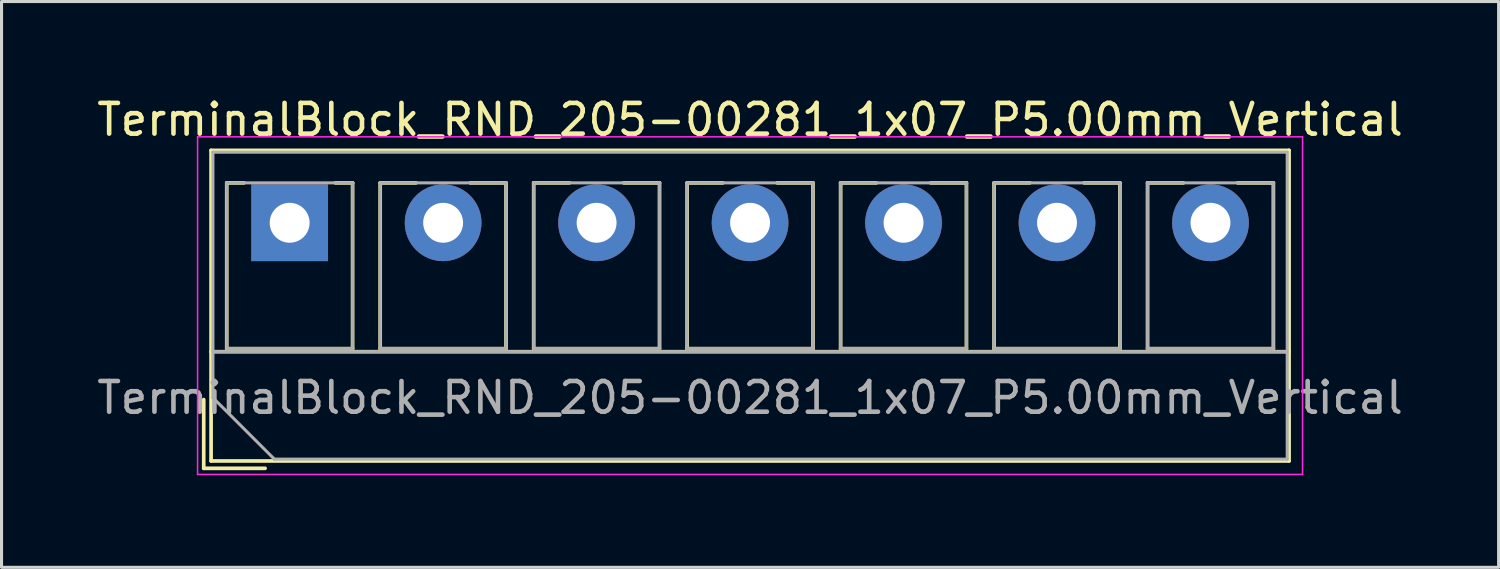
<source format=kicad_pcb>
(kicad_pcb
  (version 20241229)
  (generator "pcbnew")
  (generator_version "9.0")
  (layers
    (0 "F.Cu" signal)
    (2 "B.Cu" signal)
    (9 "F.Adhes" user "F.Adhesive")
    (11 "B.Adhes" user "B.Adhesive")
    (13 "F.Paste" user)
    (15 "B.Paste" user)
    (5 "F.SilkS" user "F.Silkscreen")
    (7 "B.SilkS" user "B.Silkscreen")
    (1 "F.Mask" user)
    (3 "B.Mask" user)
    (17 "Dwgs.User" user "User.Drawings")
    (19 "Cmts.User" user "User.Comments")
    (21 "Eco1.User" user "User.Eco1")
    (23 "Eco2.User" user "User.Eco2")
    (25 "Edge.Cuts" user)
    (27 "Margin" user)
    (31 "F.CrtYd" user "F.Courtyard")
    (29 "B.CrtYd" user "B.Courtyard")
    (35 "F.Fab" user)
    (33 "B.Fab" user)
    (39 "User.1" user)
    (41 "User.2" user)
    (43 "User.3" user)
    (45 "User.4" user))
  (footprint "TerminalBlock_RND_205-00281_1x07_P5.00mm_Vertical"
    (layer "F.Cu")
    (at 6.387 4.208)
    (property "Reference" "TerminalBlock_RND_205-00281_1x07_P5.00mm_Vertical" (at 15 -3.36 0) (layer "F.SilkS") (effects (font (size 1 1) (thickness 0.15))))
    (attr through_hole)
    (fp_line (start -2.8 5.76) (end -2.8 8) (stroke (width 0.12) (type solid)) (layer "F.SilkS"))
    (fp_line (start -2.8 8) (end -0.8 8) (stroke (width 0.12) (type solid)) (layer "F.SilkS"))
    (fp_line (start -2.56 -2.36) (end -2.56 7.76) (stroke (width 0.12) (type solid)) (layer "F.SilkS"))
    (fp_line (start -2.56 -2.36) (end 32.56 -2.36) (stroke (width 0.12) (type solid)) (layer "F.SilkS"))
    (fp_line (start -2.56 4.2) (end 32.56 4.2) (stroke (width 0.12) (type solid)) (layer "F.SilkS"))
    (fp_line (start -2.56 7.76) (end 32.56 7.76) (stroke (width 0.12) (type solid)) (layer "F.SilkS"))
    (fp_line (start -2.05 -1.3) (end -2.05 4.1) (stroke (width 0.12) (type solid)) (layer "F.SilkS"))
    (fp_line (start -2.05 -1.3) (end -1.49 -1.3) (stroke (width 0.12) (type solid)) (layer "F.SilkS"))
    (fp_line (start -2.05 4.1) (end 2.05 4.1) (stroke (width 0.12) (type solid)) (layer "F.SilkS"))
    (fp_line (start 1.49 -1.3) (end 2.05 -1.3) (stroke (width 0.12) (type solid)) (layer "F.SilkS"))
    (fp_line (start 2.05 -1.3) (end 2.05 4.1) (stroke (width 0.12) (type solid)) (layer "F.SilkS"))
    (fp_line (start 2.95 -1.3) (end 2.95 4.1) (stroke (width 0.12) (type solid)) (layer "F.SilkS"))
    (fp_line (start 2.95 -1.3) (end 4.117 -1.3) (stroke (width 0.12) (type solid)) (layer "F.SilkS"))
    (fp_line (start 2.95 4.1) (end 7.05 4.1) (stroke (width 0.12) (type solid)) (layer "F.SilkS"))
    (fp_line (start 5.884 -1.3) (end 7.05 -1.3) (stroke (width 0.12) (type solid)) (layer "F.SilkS"))
    (fp_line (start 7.05 -1.3) (end 7.05 4.1) (stroke (width 0.12) (type solid)) (layer "F.SilkS"))
    (fp_line (start 7.95 -1.3) (end 7.95 4.1) (stroke (width 0.12) (type solid)) (layer "F.SilkS"))
    (fp_line (start 7.95 -1.3) (end 9.117 -1.3) (stroke (width 0.12) (type solid)) (layer "F.SilkS"))
    (fp_line (start 7.95 4.1) (end 12.05 4.1) (stroke (width 0.12) (type solid)) (layer "F.SilkS"))
    (fp_line (start 10.884 -1.3) (end 12.05 -1.3) (stroke (width 0.12) (type solid)) (layer "F.SilkS"))
    (fp_line (start 12.05 -1.3) (end 12.05 4.1) (stroke (width 0.12) (type solid)) (layer "F.SilkS"))
    (fp_line (start 12.95 -1.3) (end 12.95 4.1) (stroke (width 0.12) (type solid)) (layer "F.SilkS"))
    (fp_line (start 12.95 -1.3) (end 14.117 -1.3) (stroke (width 0.12) (type solid)) (layer "F.SilkS"))
    (fp_line (start 12.95 4.1) (end 17.05 4.1) (stroke (width 0.12) (type solid)) (layer "F.SilkS"))
    (fp_line (start 15.884 -1.3) (end 17.05 -1.3) (stroke (width 0.12) (type solid)) (layer "F.SilkS"))
    (fp_line (start 17.05 -1.3) (end 17.05 4.1) (stroke (width 0.12) (type solid)) (layer "F.SilkS"))
    (fp_line (start 17.95 -1.3) (end 17.95 4.1) (stroke (width 0.12) (type solid)) (layer "F.SilkS"))
    (fp_line (start 17.95 -1.3) (end 19.117 -1.3) (stroke (width 0.12) (type solid)) (layer "F.SilkS"))
    (fp_line (start 17.95 4.1) (end 22.05 4.1) (stroke (width 0.12) (type solid)) (layer "F.SilkS"))
    (fp_line (start 20.884 -1.3) (end 22.05 -1.3) (stroke (width 0.12) (type solid)) (layer "F.SilkS"))
    (fp_line (start 22.05 -1.3) (end 22.05 4.1) (stroke (width 0.12) (type solid)) (layer "F.SilkS"))
    (fp_line (start 22.95 -1.3) (end 22.95 4.1) (stroke (width 0.12) (type solid)) (layer "F.SilkS"))
    (fp_line (start 22.95 -1.3) (end 24.117 -1.3) (stroke (width 0.12) (type solid)) (layer "F.SilkS"))
    (fp_line (start 22.95 4.1) (end 27.05 4.1) (stroke (width 0.12) (type solid)) (layer "F.SilkS"))
    (fp_line (start 25.884 -1.3) (end 27.05 -1.3) (stroke (width 0.12) (type solid)) (layer "F.SilkS"))
    (fp_line (start 27.05 -1.3) (end 27.05 4.1) (stroke (width 0.12) (type solid)) (layer "F.SilkS"))
    (fp_line (start 27.95 -1.3) (end 27.95 4.1) (stroke (width 0.12) (type solid)) (layer "F.SilkS"))
    (fp_line (start 27.95 -1.3) (end 29.117 -1.3) (stroke (width 0.12) (type solid)) (layer "F.SilkS"))
    (fp_line (start 27.95 4.1) (end 32.05 4.1) (stroke (width 0.12) (type solid)) (layer "F.SilkS"))
    (fp_line (start 30.884 -1.3) (end 32.05 -1.3) (stroke (width 0.12) (type solid)) (layer "F.SilkS"))
    (fp_line (start 32.05 -1.3) (end 32.05 4.1) (stroke (width 0.12) (type solid)) (layer "F.SilkS"))
    (fp_line (start 32.56 -2.36) (end 32.56 7.76) (stroke (width 0.12) (type solid)) (layer "F.SilkS"))
    (fp_line (start -3 -2.8) (end -3 8.2) (stroke (width 0.05) (type solid)) (layer "F.CrtYd"))
    (fp_line (start -3 8.2) (end 33 8.2) (stroke (width 0.05) (type solid)) (layer "F.CrtYd"))
    (fp_line (start 33 -2.8) (end -3 -2.8) (stroke (width 0.05) (type solid)) (layer "F.CrtYd"))
    (fp_line (start 33 8.2) (end 33 -2.8) (stroke (width 0.05) (type solid)) (layer "F.CrtYd"))
    (fp_line (start -2.5 -2.3) (end 32.5 -2.3) (stroke (width 0.1) (type solid)) (layer "F.Fab"))
    (fp_line (start -2.5 4.2) (end 32.5 4.2) (stroke (width 0.1) (type solid)) (layer "F.Fab"))
    (fp_line (start -2.5 5.7) (end -2.5 -2.3) (stroke (width 0.1) (type solid)) (layer "F.Fab"))
    (fp_line (start -2.05 -1.3) (end -2.05 4.1) (stroke (width 0.1) (type solid)) (layer "F.Fab"))
    (fp_line (start -2.05 4.1) (end 2.05 4.1) (stroke (width 0.1) (type solid)) (layer "F.Fab"))
    (fp_line (start -0.5 7.7) (end -2.5 5.7) (stroke (width 0.1) (type solid)) (layer "F.Fab"))
    (fp_line (start 2.05 -1.3) (end -2.05 -1.3) (stroke (width 0.1) (type solid)) (layer "F.Fab"))
    (fp_line (start 2.05 4.1) (end 2.05 -1.3) (stroke (width 0.1) (type solid)) (layer "F.Fab"))
    (fp_line (start 2.95 -1.3) (end 2.95 4.1) (stroke (width 0.1) (type solid)) (layer "F.Fab"))
    (fp_line (start 2.95 4.1) (end 7.05 4.1) (stroke (width 0.1) (type solid)) (layer "F.Fab"))
    (fp_line (start 7.05 -1.3) (end 2.95 -1.3) (stroke (width 0.1) (type solid)) (layer "F.Fab"))
    (fp_line (start 7.05 4.1) (end 7.05 -1.3) (stroke (width 0.1) (type solid)) (layer "F.Fab"))
    (fp_line (start 7.95 -1.3) (end 7.95 4.1) (stroke (width 0.1) (type solid)) (layer "F.Fab"))
    (fp_line (start 7.95 4.1) (end 12.05 4.1) (stroke (width 0.1) (type solid)) (layer "F.Fab"))
    (fp_line (start 12.05 -1.3) (end 7.95 -1.3) (stroke (width 0.1) (type solid)) (layer "F.Fab"))
    (fp_line (start 12.05 4.1) (end 12.05 -1.3) (stroke (width 0.1) (type solid)) (layer "F.Fab"))
    (fp_line (start 12.95 -1.3) (end 12.95 4.1) (stroke (width 0.1) (type solid)) (layer "F.Fab"))
    (fp_line (start 12.95 4.1) (end 17.05 4.1) (stroke (width 0.1) (type solid)) (layer "F.Fab"))
    (fp_line (start 17.05 -1.3) (end 12.95 -1.3) (stroke (width 0.1) (type solid)) (layer "F.Fab"))
    (fp_line (start 17.05 4.1) (end 17.05 -1.3) (stroke (width 0.1) (type solid)) (layer "F.Fab"))
    (fp_line (start 17.95 -1.3) (end 17.95 4.1) (stroke (width 0.1) (type solid)) (layer "F.Fab"))
    (fp_line (start 17.95 4.1) (end 22.05 4.1) (stroke (width 0.1) (type solid)) (layer "F.Fab"))
    (fp_line (start 22.05 -1.3) (end 17.95 -1.3) (stroke (width 0.1) (type solid)) (layer "F.Fab"))
    (fp_line (start 22.05 4.1) (end 22.05 -1.3) (stroke (width 0.1) (type solid)) (layer "F.Fab"))
    (fp_line (start 22.95 -1.3) (end 22.95 4.1) (stroke (width 0.1) (type solid)) (layer "F.Fab"))
    (fp_line (start 22.95 4.1) (end 27.05 4.1) (stroke (width 0.1) (type solid)) (layer "F.Fab"))
    (fp_line (start 27.05 -1.3) (end 22.95 -1.3) (stroke (width 0.1) (type solid)) (layer "F.Fab"))
    (fp_line (start 27.05 4.1) (end 27.05 -1.3) (stroke (width 0.1) (type solid)) (layer "F.Fab"))
    (fp_line (start 27.95 -1.3) (end 27.95 4.1) (stroke (width 0.1) (type solid)) (layer "F.Fab"))
    (fp_line (start 27.95 4.1) (end 32.05 4.1) (stroke (width 0.1) (type solid)) (layer "F.Fab"))
    (fp_line (start 32.05 -1.3) (end 27.95 -1.3) (stroke (width 0.1) (type solid)) (layer "F.Fab"))
    (fp_line (start 32.05 4.1) (end 32.05 -1.3) (stroke (width 0.1) (type solid)) (layer "F.Fab"))
    (fp_line (start 32.5 -2.3) (end 32.5 7.7) (stroke (width 0.1) (type solid)) (layer "F.Fab"))
    (fp_line (start 32.5 7.7) (end -0.5 7.7) (stroke (width 0.1) (type solid)) (layer "F.Fab"))
    (fp_text user "${REFERENCE}" (at 15 5.7 0) (layer "F.Fab") (effects (font (size 1 1) (thickness 0.15))))
    (pad "1" thru_hole rect (at 0 0) (size 2.5 2.5) (drill 1.3) (layers "*.Cu" "*.Mask"))
    (pad "2" thru_hole circle (at 5 0) (size 2.5 2.5) (drill 1.3) (layers "*.Cu" "*.Mask"))
    (pad "3" thru_hole circle (at 10 0) (size 2.5 2.5) (drill 1.3) (layers "*.Cu" "*.Mask"))
    (pad "4" thru_hole circle (at 15 0) (size 2.5 2.5) (drill 1.3) (layers "*.Cu" "*.Mask"))
    (pad "5" thru_hole circle (at 20 0) (size 2.5 2.5) (drill 1.3) (layers "*.Cu" "*.Mask"))
    (pad "6" thru_hole circle (at 25 0) (size 2.5 2.5) (drill 1.3) (layers "*.Cu" "*.Mask"))
    (pad "7" thru_hole circle (at 30 0) (size 2.5 2.5) (drill 1.3) (layers "*.Cu" "*.Mask")))
  (gr_rect
    (start -3 -3)
    (end 45.774 15.433)
    (stroke (width 0.1) (type default))
    (fill no)
    (layer "Edge.Cuts")))
</source>
